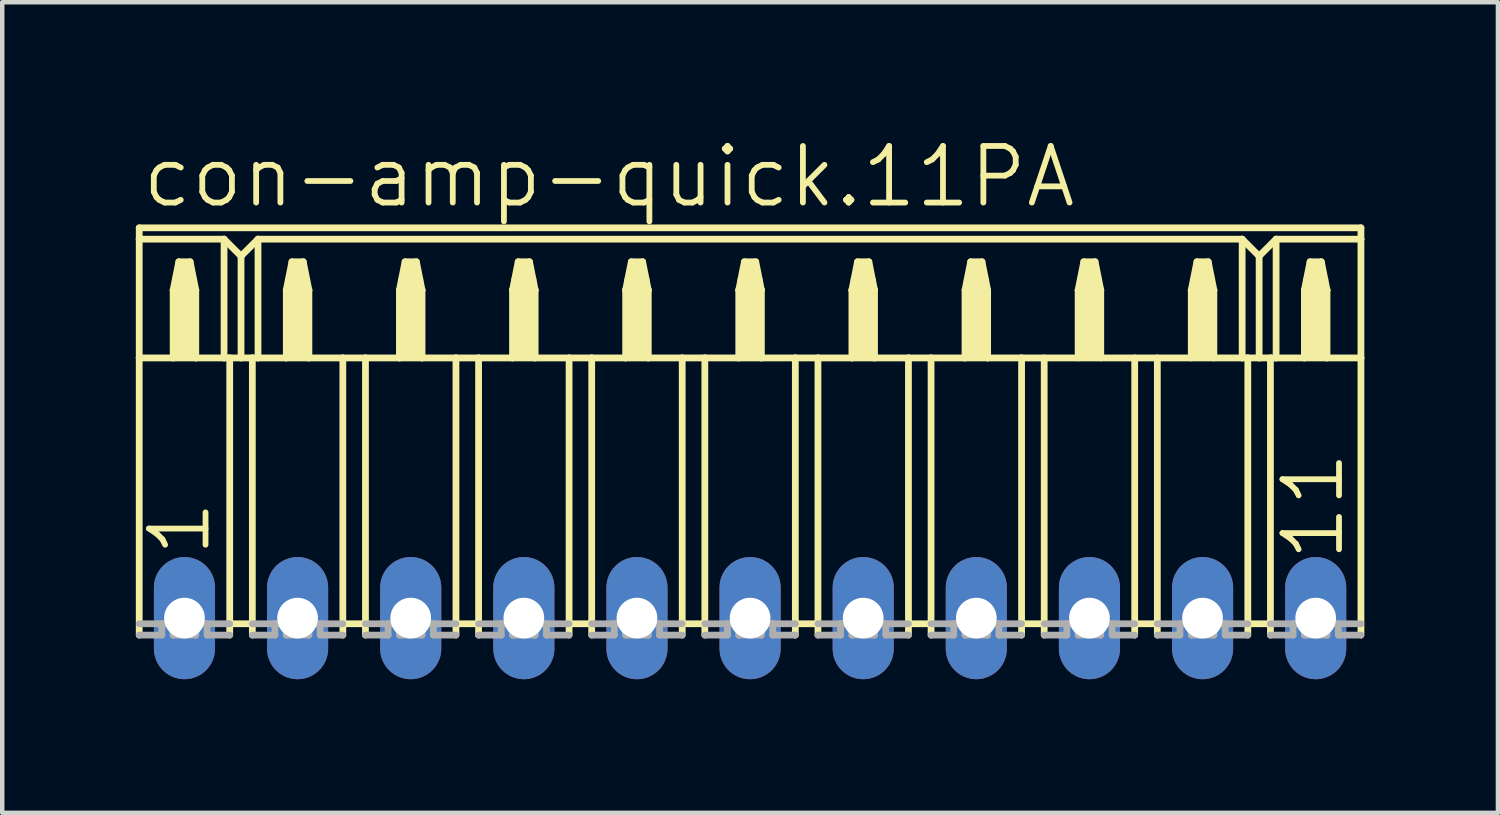
<source format=kicad_pcb>
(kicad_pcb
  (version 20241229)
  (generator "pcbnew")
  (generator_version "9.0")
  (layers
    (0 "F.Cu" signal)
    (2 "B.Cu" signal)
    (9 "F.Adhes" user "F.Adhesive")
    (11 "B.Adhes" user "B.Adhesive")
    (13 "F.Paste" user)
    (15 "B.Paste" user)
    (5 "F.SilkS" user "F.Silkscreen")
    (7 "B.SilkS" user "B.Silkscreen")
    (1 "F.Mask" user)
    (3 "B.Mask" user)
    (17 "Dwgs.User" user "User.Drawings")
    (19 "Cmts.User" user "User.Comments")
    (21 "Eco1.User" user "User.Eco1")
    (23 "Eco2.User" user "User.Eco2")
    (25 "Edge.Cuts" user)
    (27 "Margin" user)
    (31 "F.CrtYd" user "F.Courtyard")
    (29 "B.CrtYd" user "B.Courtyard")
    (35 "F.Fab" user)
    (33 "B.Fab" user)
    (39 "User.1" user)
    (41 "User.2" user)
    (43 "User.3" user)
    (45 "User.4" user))
  (footprint "con-amp-quick.11PA"
    (layer "F.Cu")
    (at 13.792 10.829)
    (property "Reference" "con-amp-quick.11PA" (at -13.716 -9.169 0) (layer "F.SilkS") (effects (font (size 1.27 1.27) (thickness 0.13)) (justify left bottom)))
    (attr through_hole)
    (fp_line (start -13.716 -8.763) (end -13.716 -8.509) (stroke (width 0.152) (type default)) (layer "F.SilkS"))
    (fp_line (start -13.716 -8.763) (end 13.716 -8.763) (stroke (width 0.152) (type default)) (layer "F.SilkS"))
    (fp_line (start -13.716 -8.509) (end -13.716 -5.842) (stroke (width 0.152) (type default)) (layer "F.SilkS"))
    (fp_line (start -13.716 -8.509) (end -11.811 -8.509) (stroke (width 0.152) (type default)) (layer "F.SilkS"))
    (fp_line (start -13.716 -5.842) (end -13.716 0.381) (stroke (width 0.152) (type default)) (layer "F.SilkS"))
    (fp_line (start -13.716 -5.842) (end -12.954 -5.842) (stroke (width 0.152) (type default)) (layer "F.SilkS"))
    (fp_line (start -12.954 -7.366) (end -12.954 -5.842) (stroke (width 0.152) (type default)) (layer "F.SilkS"))
    (fp_line (start -12.954 -7.366) (end -12.827 -8.001) (stroke (width 0.152) (type default)) (layer "F.SilkS"))
    (fp_line (start -12.954 -5.842) (end -12.446 -5.842) (stroke (width 0.152) (type default)) (layer "F.SilkS"))
    (fp_line (start -12.827 -8.001) (end -12.573 -8.001) (stroke (width 0.152) (type default)) (layer "F.SilkS"))
    (fp_line (start -12.573 -8.001) (end -12.446 -7.366) (stroke (width 0.152) (type default)) (layer "F.SilkS"))
    (fp_line (start -12.446 -7.366) (end -12.954 -7.366) (stroke (width 0.152) (type default)) (layer "F.SilkS"))
    (fp_line (start -12.446 -7.366) (end -12.446 -5.842) (stroke (width 0.152) (type default)) (layer "F.SilkS"))
    (fp_line (start -12.446 -5.842) (end -11.811 -5.842) (stroke (width 0.152) (type default)) (layer "F.SilkS"))
    (fp_line (start -11.811 -8.509) (end -11.811 -5.842) (stroke (width 0.152) (type default)) (layer "F.SilkS"))
    (fp_line (start -11.811 -8.509) (end -11.43 -8.128) (stroke (width 0.152) (type default)) (layer "F.SilkS"))
    (fp_line (start -11.811 -5.842) (end -11.684 -5.842) (stroke (width 0.152) (type default)) (layer "F.SilkS"))
    (fp_line (start -11.684 -5.842) (end -11.684 0.127) (stroke (width 0.152) (type default)) (layer "F.SilkS"))
    (fp_line (start -11.684 -5.842) (end -11.43 -5.842) (stroke (width 0.152) (type default)) (layer "F.SilkS"))
    (fp_line (start -11.684 0.127) (end -11.684 0.381) (stroke (width 0.152) (type default)) (layer "F.SilkS"))
    (fp_line (start -11.43 -8.128) (end -11.43 -5.842) (stroke (width 0.152) (type default)) (layer "F.SilkS"))
    (fp_line (start -11.43 -8.128) (end -11.049 -8.509) (stroke (width 0.152) (type default)) (layer "F.SilkS"))
    (fp_line (start -11.43 -5.842) (end -11.176 -5.842) (stroke (width 0.152) (type default)) (layer "F.SilkS"))
    (fp_line (start -11.176 -5.842) (end -11.176 0.127) (stroke (width 0.152) (type default)) (layer "F.SilkS"))
    (fp_line (start -11.176 -5.842) (end -11.049 -5.842) (stroke (width 0.152) (type default)) (layer "F.SilkS"))
    (fp_line (start -11.176 0.127) (end -11.684 0.127) (stroke (width 0.152) (type default)) (layer "F.SilkS"))
    (fp_line (start -11.176 0.127) (end -11.176 0.381) (stroke (width 0.152) (type default)) (layer "F.SilkS"))
    (fp_line (start -11.049 -8.509) (end -11.049 -5.842) (stroke (width 0.152) (type default)) (layer "F.SilkS"))
    (fp_line (start -11.049 -8.509) (end 11.049 -8.509) (stroke (width 0.152) (type default)) (layer "F.SilkS"))
    (fp_line (start -11.049 -5.842) (end -10.414 -5.842) (stroke (width 0.152) (type default)) (layer "F.SilkS"))
    (fp_line (start -10.414 -7.366) (end -10.414 -5.842) (stroke (width 0.152) (type default)) (layer "F.SilkS"))
    (fp_line (start -10.414 -7.366) (end -10.287 -8.001) (stroke (width 0.152) (type default)) (layer "F.SilkS"))
    (fp_line (start -10.414 -5.842) (end -9.906 -5.842) (stroke (width 0.152) (type default)) (layer "F.SilkS"))
    (fp_line (start -10.287 -8.001) (end -10.033 -8.001) (stroke (width 0.152) (type default)) (layer "F.SilkS"))
    (fp_line (start -10.033 -8.001) (end -9.906 -7.366) (stroke (width 0.152) (type default)) (layer "F.SilkS"))
    (fp_line (start -9.906 -7.366) (end -10.414 -7.366) (stroke (width 0.152) (type default)) (layer "F.SilkS"))
    (fp_line (start -9.906 -7.366) (end -9.906 -5.842) (stroke (width 0.152) (type default)) (layer "F.SilkS"))
    (fp_line (start -9.906 -5.842) (end -9.144 -5.842) (stroke (width 0.152) (type default)) (layer "F.SilkS"))
    (fp_line (start -9.144 -5.842) (end -9.144 0.127) (stroke (width 0.152) (type default)) (layer "F.SilkS"))
    (fp_line (start -9.144 -5.842) (end -8.636 -5.842) (stroke (width 0.152) (type default)) (layer "F.SilkS"))
    (fp_line (start -9.144 0.127) (end -9.144 0.381) (stroke (width 0.152) (type default)) (layer "F.SilkS"))
    (fp_line (start -8.636 -5.842) (end -8.636 0.127) (stroke (width 0.152) (type default)) (layer "F.SilkS"))
    (fp_line (start -8.636 -5.842) (end -7.874 -5.842) (stroke (width 0.152) (type default)) (layer "F.SilkS"))
    (fp_line (start -8.636 0.127) (end -9.144 0.127) (stroke (width 0.152) (type default)) (layer "F.SilkS"))
    (fp_line (start -8.636 0.127) (end -8.636 0.381) (stroke (width 0.152) (type default)) (layer "F.SilkS"))
    (fp_line (start -7.874 -7.366) (end -7.874 -5.842) (stroke (width 0.152) (type default)) (layer "F.SilkS"))
    (fp_line (start -7.874 -7.366) (end -7.747 -8.001) (stroke (width 0.152) (type default)) (layer "F.SilkS"))
    (fp_line (start -7.874 -5.842) (end -7.366 -5.842) (stroke (width 0.152) (type default)) (layer "F.SilkS"))
    (fp_line (start -7.747 -8.001) (end -7.493 -8.001) (stroke (width 0.152) (type default)) (layer "F.SilkS"))
    (fp_line (start -7.493 -8.001) (end -7.366 -7.366) (stroke (width 0.152) (type default)) (layer "F.SilkS"))
    (fp_line (start -7.366 -7.366) (end -7.874 -7.366) (stroke (width 0.152) (type default)) (layer "F.SilkS"))
    (fp_line (start -7.366 -7.366) (end -7.366 -5.842) (stroke (width 0.152) (type default)) (layer "F.SilkS"))
    (fp_line (start -7.366 -5.842) (end -6.604 -5.842) (stroke (width 0.152) (type default)) (layer "F.SilkS"))
    (fp_line (start -6.604 -5.842) (end -6.604 0.127) (stroke (width 0.152) (type default)) (layer "F.SilkS"))
    (fp_line (start -6.604 -5.842) (end -6.096 -5.842) (stroke (width 0.152) (type default)) (layer "F.SilkS"))
    (fp_line (start -6.604 0.127) (end -6.604 0.381) (stroke (width 0.152) (type default)) (layer "F.SilkS"))
    (fp_line (start -6.096 -5.842) (end -6.096 0.127) (stroke (width 0.152) (type default)) (layer "F.SilkS"))
    (fp_line (start -6.096 -5.842) (end -5.334 -5.842) (stroke (width 0.152) (type default)) (layer "F.SilkS"))
    (fp_line (start -6.096 0.127) (end -6.604 0.127) (stroke (width 0.152) (type default)) (layer "F.SilkS"))
    (fp_line (start -6.096 0.127) (end -6.096 0.381) (stroke (width 0.152) (type default)) (layer "F.SilkS"))
    (fp_line (start -5.334 -7.366) (end -5.334 -5.842) (stroke (width 0.152) (type default)) (layer "F.SilkS"))
    (fp_line (start -5.334 -7.366) (end -5.207 -8.001) (stroke (width 0.152) (type default)) (layer "F.SilkS"))
    (fp_line (start -5.334 -5.842) (end -4.826 -5.842) (stroke (width 0.152) (type default)) (layer "F.SilkS"))
    (fp_line (start -5.207 -8.001) (end -4.953 -8.001) (stroke (width 0.152) (type default)) (layer "F.SilkS"))
    (fp_line (start -4.953 -8.001) (end -4.826 -7.366) (stroke (width 0.152) (type default)) (layer "F.SilkS"))
    (fp_line (start -4.826 -7.366) (end -5.334 -7.366) (stroke (width 0.152) (type default)) (layer "F.SilkS"))
    (fp_line (start -4.826 -7.366) (end -4.826 -5.842) (stroke (width 0.152) (type default)) (layer "F.SilkS"))
    (fp_line (start -4.826 -5.842) (end -4.064 -5.842) (stroke (width 0.152) (type default)) (layer "F.SilkS"))
    (fp_line (start -4.064 -5.842) (end -4.064 0.127) (stroke (width 0.152) (type default)) (layer "F.SilkS"))
    (fp_line (start -4.064 -5.842) (end -3.556 -5.842) (stroke (width 0.152) (type default)) (layer "F.SilkS"))
    (fp_line (start -4.064 0.127) (end -4.064 0.381) (stroke (width 0.152) (type default)) (layer "F.SilkS"))
    (fp_line (start -3.556 -5.842) (end -3.556 0.127) (stroke (width 0.152) (type default)) (layer "F.SilkS"))
    (fp_line (start -3.556 -5.842) (end -2.794 -5.842) (stroke (width 0.152) (type default)) (layer "F.SilkS"))
    (fp_line (start -3.556 0.127) (end -4.064 0.127) (stroke (width 0.152) (type default)) (layer "F.SilkS"))
    (fp_line (start -3.556 0.127) (end -3.556 0.381) (stroke (width 0.152) (type default)) (layer "F.SilkS"))
    (fp_line (start -2.794 -7.366) (end -2.794 -5.842) (stroke (width 0.152) (type default)) (layer "F.SilkS"))
    (fp_line (start -2.794 -7.366) (end -2.667 -8.001) (stroke (width 0.152) (type default)) (layer "F.SilkS"))
    (fp_line (start -2.794 -5.842) (end -2.286 -5.842) (stroke (width 0.152) (type default)) (layer "F.SilkS"))
    (fp_line (start -2.667 -8.001) (end -2.413 -8.001) (stroke (width 0.152) (type default)) (layer "F.SilkS"))
    (fp_line (start -2.413 -8.001) (end -2.286 -7.366) (stroke (width 0.152) (type default)) (layer "F.SilkS"))
    (fp_line (start -2.286 -7.366) (end -2.794 -7.366) (stroke (width 0.152) (type default)) (layer "F.SilkS"))
    (fp_line (start -2.286 -7.366) (end -2.286 -5.842) (stroke (width 0.152) (type default)) (layer "F.SilkS"))
    (fp_line (start -2.286 -5.842) (end -1.524 -5.842) (stroke (width 0.152) (type default)) (layer "F.SilkS"))
    (fp_line (start -1.524 -5.842) (end -1.524 0.127) (stroke (width 0.152) (type default)) (layer "F.SilkS"))
    (fp_line (start -1.524 -5.842) (end -1.016 -5.842) (stroke (width 0.152) (type default)) (layer "F.SilkS"))
    (fp_line (start -1.524 0.127) (end -1.524 0.381) (stroke (width 0.152) (type default)) (layer "F.SilkS"))
    (fp_line (start -1.016 -5.842) (end -1.016 0.127) (stroke (width 0.152) (type default)) (layer "F.SilkS"))
    (fp_line (start -1.016 -5.842) (end -0.254 -5.842) (stroke (width 0.152) (type default)) (layer "F.SilkS"))
    (fp_line (start -1.016 0.127) (end -1.524 0.127) (stroke (width 0.152) (type default)) (layer "F.SilkS"))
    (fp_line (start -1.016 0.127) (end -1.016 0.381) (stroke (width 0.152) (type default)) (layer "F.SilkS"))
    (fp_line (start -0.254 -7.366) (end -0.254 -5.842) (stroke (width 0.152) (type default)) (layer "F.SilkS"))
    (fp_line (start -0.254 -7.366) (end -0.127 -8.001) (stroke (width 0.152) (type default)) (layer "F.SilkS"))
    (fp_line (start -0.254 -5.842) (end 0.254 -5.842) (stroke (width 0.152) (type default)) (layer "F.SilkS"))
    (fp_line (start -0.127 -8.001) (end 0.127 -8.001) (stroke (width 0.152) (type default)) (layer "F.SilkS"))
    (fp_line (start 0.127 -8.001) (end 0.254 -7.366) (stroke (width 0.152) (type default)) (layer "F.SilkS"))
    (fp_line (start 0.254 -7.366) (end -0.254 -7.366) (stroke (width 0.152) (type default)) (layer "F.SilkS"))
    (fp_line (start 0.254 -7.366) (end 0.254 -5.842) (stroke (width 0.152) (type default)) (layer "F.SilkS"))
    (fp_line (start 0.254 -5.842) (end 1.016 -5.842) (stroke (width 0.152) (type default)) (layer "F.SilkS"))
    (fp_line (start 1.016 -5.842) (end 1.016 0.127) (stroke (width 0.152) (type default)) (layer "F.SilkS"))
    (fp_line (start 1.016 -5.842) (end 1.524 -5.842) (stroke (width 0.152) (type default)) (layer "F.SilkS"))
    (fp_line (start 1.016 0.127) (end 1.016 0.381) (stroke (width 0.152) (type default)) (layer "F.SilkS"))
    (fp_line (start 1.524 -5.842) (end 1.524 0.127) (stroke (width 0.152) (type default)) (layer "F.SilkS"))
    (fp_line (start 1.524 -5.842) (end 2.286 -5.842) (stroke (width 0.152) (type default)) (layer "F.SilkS"))
    (fp_line (start 1.524 0.127) (end 1.016 0.127) (stroke (width 0.152) (type default)) (layer "F.SilkS"))
    (fp_line (start 1.524 0.127) (end 1.524 0.381) (stroke (width 0.152) (type default)) (layer "F.SilkS"))
    (fp_line (start 2.286 -7.366) (end 2.286 -5.842) (stroke (width 0.152) (type default)) (layer "F.SilkS"))
    (fp_line (start 2.286 -7.366) (end 2.413 -8.001) (stroke (width 0.152) (type default)) (layer "F.SilkS"))
    (fp_line (start 2.286 -5.842) (end 2.794 -5.842) (stroke (width 0.152) (type default)) (layer "F.SilkS"))
    (fp_line (start 2.413 -8.001) (end 2.667 -8.001) (stroke (width 0.152) (type default)) (layer "F.SilkS"))
    (fp_line (start 2.667 -8.001) (end 2.794 -7.366) (stroke (width 0.152) (type default)) (layer "F.SilkS"))
    (fp_line (start 2.794 -7.366) (end 2.286 -7.366) (stroke (width 0.152) (type default)) (layer "F.SilkS"))
    (fp_line (start 2.794 -7.366) (end 2.794 -5.842) (stroke (width 0.152) (type default)) (layer "F.SilkS"))
    (fp_line (start 2.794 -5.842) (end 3.556 -5.842) (stroke (width 0.152) (type default)) (layer "F.SilkS"))
    (fp_line (start 3.556 -5.842) (end 3.556 0.127) (stroke (width 0.152) (type default)) (layer "F.SilkS"))
    (fp_line (start 3.556 -5.842) (end 4.064 -5.842) (stroke (width 0.152) (type default)) (layer "F.SilkS"))
    (fp_line (start 3.556 0.127) (end 3.556 0.381) (stroke (width 0.152) (type default)) (layer "F.SilkS"))
    (fp_line (start 4.064 -5.842) (end 4.064 0.127) (stroke (width 0.152) (type default)) (layer "F.SilkS"))
    (fp_line (start 4.064 -5.842) (end 4.826 -5.842) (stroke (width 0.152) (type default)) (layer "F.SilkS"))
    (fp_line (start 4.064 0.127) (end 3.556 0.127) (stroke (width 0.152) (type default)) (layer "F.SilkS"))
    (fp_line (start 4.064 0.127) (end 4.064 0.381) (stroke (width 0.152) (type default)) (layer "F.SilkS"))
    (fp_line (start 4.826 -7.366) (end 4.826 -5.842) (stroke (width 0.152) (type default)) (layer "F.SilkS"))
    (fp_line (start 4.826 -7.366) (end 4.953 -8.001) (stroke (width 0.152) (type default)) (layer "F.SilkS"))
    (fp_line (start 4.826 -5.842) (end 5.334 -5.842) (stroke (width 0.152) (type default)) (layer "F.SilkS"))
    (fp_line (start 4.953 -8.001) (end 5.207 -8.001) (stroke (width 0.152) (type default)) (layer "F.SilkS"))
    (fp_line (start 5.207 -8.001) (end 5.334 -7.366) (stroke (width 0.152) (type default)) (layer "F.SilkS"))
    (fp_line (start 5.334 -7.366) (end 5.334 -5.842) (stroke (width 0.152) (type default)) (layer "F.SilkS"))
    (fp_line (start 5.334 -5.842) (end 6.096 -5.842) (stroke (width 0.152) (type default)) (layer "F.SilkS"))
    (fp_line (start 6.096 -5.842) (end 6.096 0.127) (stroke (width 0.152) (type default)) (layer "F.SilkS"))
    (fp_line (start 6.096 -5.842) (end 11.049 -5.842) (stroke (width 0.152) (type default)) (layer "F.SilkS"))
    (fp_line (start 6.096 0.127) (end 6.096 0.381) (stroke (width 0.152) (type default)) (layer "F.SilkS"))
    (fp_line (start 6.604 -5.842) (end 6.604 0.127) (stroke (width 0.152) (type default)) (layer "F.SilkS"))
    (fp_line (start 6.604 0.127) (end 6.096 0.127) (stroke (width 0.152) (type default)) (layer "F.SilkS"))
    (fp_line (start 6.604 0.127) (end 6.604 0.381) (stroke (width 0.152) (type default)) (layer "F.SilkS"))
    (fp_line (start 7.366 -7.366) (end 7.366 -5.842) (stroke (width 0.152) (type default)) (layer "F.SilkS"))
    (fp_line (start 7.366 -7.366) (end 7.493 -8.001) (stroke (width 0.152) (type default)) (layer "F.SilkS"))
    (fp_line (start 7.493 -8.001) (end 7.747 -8.001) (stroke (width 0.152) (type default)) (layer "F.SilkS"))
    (fp_line (start 7.747 -8.001) (end 7.874 -7.366) (stroke (width 0.152) (type default)) (layer "F.SilkS"))
    (fp_line (start 7.874 -7.366) (end 7.366 -7.366) (stroke (width 0.152) (type default)) (layer "F.SilkS"))
    (fp_line (start 7.874 -7.366) (end 7.874 -5.842) (stroke (width 0.152) (type default)) (layer "F.SilkS"))
    (fp_line (start 8.636 -5.842) (end 8.636 0.127) (stroke (width 0.152) (type default)) (layer "F.SilkS"))
    (fp_line (start 8.636 0.127) (end 8.636 0.381) (stroke (width 0.152) (type default)) (layer "F.SilkS"))
    (fp_line (start 9.144 -5.842) (end 9.144 0.127) (stroke (width 0.152) (type default)) (layer "F.SilkS"))
    (fp_line (start 9.144 0.127) (end 8.636 0.127) (stroke (width 0.152) (type default)) (layer "F.SilkS"))
    (fp_line (start 9.144 0.127) (end 9.144 0.381) (stroke (width 0.152) (type default)) (layer "F.SilkS"))
    (fp_line (start 9.906 -7.366) (end 9.906 -5.842) (stroke (width 0.152) (type default)) (layer "F.SilkS"))
    (fp_line (start 9.906 -7.366) (end 10.033 -8.001) (stroke (width 0.152) (type default)) (layer "F.SilkS"))
    (fp_line (start 10.033 -8.001) (end 10.287 -8.001) (stroke (width 0.152) (type default)) (layer "F.SilkS"))
    (fp_line (start 10.287 -8.001) (end 10.414 -7.366) (stroke (width 0.152) (type default)) (layer "F.SilkS"))
    (fp_line (start 10.414 -7.366) (end 9.906 -7.366) (stroke (width 0.152) (type default)) (layer "F.SilkS"))
    (fp_line (start 10.414 -7.366) (end 10.414 -5.842) (stroke (width 0.152) (type default)) (layer "F.SilkS"))
    (fp_line (start 11.049 -8.509) (end 11.049 -5.842) (stroke (width 0.152) (type default)) (layer "F.SilkS"))
    (fp_line (start 11.049 -8.509) (end 11.43 -8.128) (stroke (width 0.152) (type default)) (layer "F.SilkS"))
    (fp_line (start 11.049 -5.842) (end 11.176 -5.842) (stroke (width 0.152) (type default)) (layer "F.SilkS"))
    (fp_line (start 11.176 -5.842) (end 11.176 0.127) (stroke (width 0.152) (type default)) (layer "F.SilkS"))
    (fp_line (start 11.176 -5.842) (end 11.43 -5.842) (stroke (width 0.152) (type default)) (layer "F.SilkS"))
    (fp_line (start 11.176 0.127) (end 11.176 0.381) (stroke (width 0.152) (type default)) (layer "F.SilkS"))
    (fp_line (start 11.43 -8.128) (end 11.43 -5.842) (stroke (width 0.152) (type default)) (layer "F.SilkS"))
    (fp_line (start 11.43 -8.128) (end 11.811 -8.509) (stroke (width 0.152) (type default)) (layer "F.SilkS"))
    (fp_line (start 11.43 -5.842) (end 11.684 -5.842) (stroke (width 0.152) (type default)) (layer "F.SilkS"))
    (fp_line (start 11.684 -5.842) (end 11.684 0.127) (stroke (width 0.152) (type default)) (layer "F.SilkS"))
    (fp_line (start 11.684 -5.842) (end 11.811 -5.842) (stroke (width 0.152) (type default)) (layer "F.SilkS"))
    (fp_line (start 11.684 0.127) (end 11.176 0.127) (stroke (width 0.152) (type default)) (layer "F.SilkS"))
    (fp_line (start 11.684 0.127) (end 11.684 0.381) (stroke (width 0.152) (type default)) (layer "F.SilkS"))
    (fp_line (start 11.811 -8.509) (end 11.811 -5.842) (stroke (width 0.152) (type default)) (layer "F.SilkS"))
    (fp_line (start 11.811 -8.509) (end 13.716 -8.509) (stroke (width 0.152) (type default)) (layer "F.SilkS"))
    (fp_line (start 11.811 -5.842) (end 12.446 -5.842) (stroke (width 0.152) (type default)) (layer "F.SilkS"))
    (fp_line (start 12.446 -7.366) (end 12.446 -5.842) (stroke (width 0.152) (type default)) (layer "F.SilkS"))
    (fp_line (start 12.446 -7.366) (end 12.573 -8.001) (stroke (width 0.152) (type default)) (layer "F.SilkS"))
    (fp_line (start 12.446 -5.842) (end 12.954 -5.842) (stroke (width 0.152) (type default)) (layer "F.SilkS"))
    (fp_line (start 12.573 -8.001) (end 12.827 -8.001) (stroke (width 0.152) (type default)) (layer "F.SilkS"))
    (fp_line (start 12.827 -8.001) (end 12.954 -7.366) (stroke (width 0.152) (type default)) (layer "F.SilkS"))
    (fp_line (start 12.954 -7.366) (end 12.446 -7.366) (stroke (width 0.152) (type default)) (layer "F.SilkS"))
    (fp_line (start 12.954 -7.366) (end 12.954 -5.842) (stroke (width 0.152) (type default)) (layer "F.SilkS"))
    (fp_line (start 12.954 -5.842) (end 13.716 -5.842) (stroke (width 0.152) (type default)) (layer "F.SilkS"))
    (fp_line (start 13.716 -8.509) (end 13.716 -8.763) (stroke (width 0.152) (type default)) (layer "F.SilkS"))
    (fp_line (start 13.716 -5.842) (end 13.716 -8.509) (stroke (width 0.152) (type default)) (layer "F.SilkS"))
    (fp_line (start 13.716 -5.842) (end 13.716 0.381) (stroke (width 0.152) (type default)) (layer "F.SilkS"))
    (fp_rect (start -12.954 -7.366) (end -12.827 -7.62) (stroke (width 0.05) (type default)) (fill yes) (layer "F.SilkS"))
    (fp_rect (start -12.954 -5.842) (end -12.446 -7.366) (stroke (width 0.05) (type default)) (fill yes) (layer "F.SilkS"))
    (fp_rect (start -12.827 -7.366) (end -12.573 -8.001) (stroke (width 0.05) (type default)) (fill yes) (layer "F.SilkS"))
    (fp_rect (start -12.573 -7.366) (end -12.446 -7.62) (stroke (width 0.05) (type default)) (fill yes) (layer "F.SilkS"))
    (fp_rect (start -10.414 -7.366) (end -10.287 -7.62) (stroke (width 0.05) (type default)) (fill yes) (layer "F.SilkS"))
    (fp_rect (start -10.414 -5.842) (end -9.906 -7.366) (stroke (width 0.05) (type default)) (fill yes) (layer "F.SilkS"))
    (fp_rect (start -10.287 -7.366) (end -10.033 -8.001) (stroke (width 0.05) (type default)) (fill yes) (layer "F.SilkS"))
    (fp_rect (start -10.033 -7.366) (end -9.906 -7.62) (stroke (width 0.05) (type default)) (fill yes) (layer "F.SilkS"))
    (fp_rect (start -7.874 -7.366) (end -7.747 -7.62) (stroke (width 0.05) (type default)) (fill yes) (layer "F.SilkS"))
    (fp_rect (start -7.874 -5.842) (end -7.366 -7.366) (stroke (width 0.05) (type default)) (fill yes) (layer "F.SilkS"))
    (fp_rect (start -7.747 -7.366) (end -7.493 -8.001) (stroke (width 0.05) (type default)) (fill yes) (layer "F.SilkS"))
    (fp_rect (start -7.493 -7.366) (end -7.366 -7.62) (stroke (width 0.05) (type default)) (fill yes) (layer "F.SilkS"))
    (fp_rect (start -5.334 -7.366) (end -5.207 -7.62) (stroke (width 0.05) (type default)) (fill yes) (layer "F.SilkS"))
    (fp_rect (start -5.334 -5.842) (end -4.826 -7.366) (stroke (width 0.05) (type default)) (fill yes) (layer "F.SilkS"))
    (fp_rect (start -5.207 -7.366) (end -4.953 -8.001) (stroke (width 0.05) (type default)) (fill yes) (layer "F.SilkS"))
    (fp_rect (start -4.953 -7.366) (end -4.826 -7.62) (stroke (width 0.05) (type default)) (fill yes) (layer "F.SilkS"))
    (fp_rect (start -2.794 -7.366) (end -2.667 -7.62) (stroke (width 0.05) (type default)) (fill yes) (layer "F.SilkS"))
    (fp_rect (start -2.794 -5.842) (end -2.286 -7.366) (stroke (width 0.05) (type default)) (fill yes) (layer "F.SilkS"))
    (fp_rect (start -2.667 -7.366) (end -2.413 -8.001) (stroke (width 0.05) (type default)) (fill yes) (layer "F.SilkS"))
    (fp_rect (start -2.413 -7.366) (end -2.286 -7.62) (stroke (width 0.05) (type default)) (fill yes) (layer "F.SilkS"))
    (fp_rect (start -0.254 -7.366) (end -0.127 -7.62) (stroke (width 0.05) (type default)) (fill yes) (layer "F.SilkS"))
    (fp_rect (start -0.254 -5.842) (end 0.254 -7.366) (stroke (width 0.05) (type default)) (fill yes) (layer "F.SilkS"))
    (fp_rect (start -0.127 -7.366) (end 0.127 -8.001) (stroke (width 0.05) (type default)) (fill yes) (layer "F.SilkS"))
    (fp_rect (start 0.127 -7.366) (end 0.254 -7.62) (stroke (width 0.05) (type default)) (fill yes) (layer "F.SilkS"))
    (fp_rect (start 2.286 -7.366) (end 2.413 -7.62) (stroke (width 0.05) (type default)) (fill yes) (layer "F.SilkS"))
    (fp_rect (start 2.286 -5.842) (end 2.794 -7.366) (stroke (width 0.05) (type default)) (fill yes) (layer "F.SilkS"))
    (fp_rect (start 2.413 -7.366) (end 2.667 -8.001) (stroke (width 0.05) (type default)) (fill yes) (layer "F.SilkS"))
    (fp_rect (start 2.667 -7.366) (end 2.794 -7.62) (stroke (width 0.05) (type default)) (fill yes) (layer "F.SilkS"))
    (fp_rect (start 4.826 -7.366) (end 4.953 -7.62) (stroke (width 0.05) (type default)) (fill yes) (layer "F.SilkS"))
    (fp_rect (start 4.826 -5.842) (end 5.334 -7.366) (stroke (width 0.05) (type default)) (fill yes) (layer "F.SilkS"))
    (fp_rect (start 4.953 -7.366) (end 5.207 -8.001) (stroke (width 0.05) (type default)) (fill yes) (layer "F.SilkS"))
    (fp_rect (start 5.207 -7.366) (end 5.334 -7.62) (stroke (width 0.05) (type default)) (fill yes) (layer "F.SilkS"))
    (fp_rect (start 7.366 -7.366) (end 7.493 -7.62) (stroke (width 0.05) (type default)) (fill yes) (layer "F.SilkS"))
    (fp_rect (start 7.366 -5.842) (end 7.874 -7.366) (stroke (width 0.05) (type default)) (fill yes) (layer "F.SilkS"))
    (fp_rect (start 7.493 -7.366) (end 7.747 -8.001) (stroke (width 0.05) (type default)) (fill yes) (layer "F.SilkS"))
    (fp_rect (start 7.747 -7.366) (end 7.874 -7.62) (stroke (width 0.05) (type default)) (fill yes) (layer "F.SilkS"))
    (fp_rect (start 9.906 -7.366) (end 10.033 -7.62) (stroke (width 0.05) (type default)) (fill yes) (layer "F.SilkS"))
    (fp_rect (start 9.906 -5.842) (end 10.414 -7.366) (stroke (width 0.05) (type default)) (fill yes) (layer "F.SilkS"))
    (fp_rect (start 10.033 -7.366) (end 10.287 -8.001) (stroke (width 0.05) (type default)) (fill yes) (layer "F.SilkS"))
    (fp_rect (start 10.287 -7.366) (end 10.414 -7.62) (stroke (width 0.05) (type default)) (fill yes) (layer "F.SilkS"))
    (fp_rect (start 12.446 -7.366) (end 12.573 -7.62) (stroke (width 0.05) (type default)) (fill yes) (layer "F.SilkS"))
    (fp_rect (start 12.446 -5.842) (end 12.954 -7.366) (stroke (width 0.05) (type default)) (fill yes) (layer "F.SilkS"))
    (fp_rect (start 12.573 -7.366) (end 12.827 -8.001) (stroke (width 0.05) (type default)) (fill yes) (layer "F.SilkS"))
    (fp_rect (start 12.827 -7.366) (end 12.954 -7.62) (stroke (width 0.05) (type default)) (fill yes) (layer "F.SilkS"))
    (fp_line (start -13.716 0.127) (end -13.208 0.127) (stroke (width 0.152) (type default)) (layer "F.Fab"))
    (fp_line (start -13.208 0.381) (end -13.716 0.381) (stroke (width 0.152) (type default)) (layer "F.Fab"))
    (fp_line (start -13.208 0.381) (end -13.208 0.127) (stroke (width 0.152) (type default)) (layer "F.Fab"))
    (fp_line (start -12.954 0.127) (end -13.208 0.127) (stroke (width 0.152) (type default)) (layer "F.Fab"))
    (fp_line (start -12.954 0.381) (end -12.954 0.127) (stroke (width 0.152) (type default)) (layer "F.Fab"))
    (fp_line (start -12.446 0.381) (end -12.954 0.381) (stroke (width 0.152) (type default)) (layer "F.Fab"))
    (fp_line (start -12.446 0.381) (end -12.446 0.127) (stroke (width 0.152) (type default)) (layer "F.Fab"))
    (fp_line (start -12.192 0.127) (end -12.446 0.127) (stroke (width 0.152) (type default)) (layer "F.Fab"))
    (fp_line (start -12.192 0.381) (end -12.192 0.127) (stroke (width 0.152) (type default)) (layer "F.Fab"))
    (fp_line (start -11.684 0.127) (end -12.192 0.127) (stroke (width 0.152) (type default)) (layer "F.Fab"))
    (fp_line (start -11.684 0.381) (end -12.192 0.381) (stroke (width 0.152) (type default)) (layer "F.Fab"))
    (fp_line (start -11.176 0.127) (end -10.668 0.127) (stroke (width 0.152) (type default)) (layer "F.Fab"))
    (fp_line (start -10.668 0.381) (end -11.176 0.381) (stroke (width 0.152) (type default)) (layer "F.Fab"))
    (fp_line (start -10.668 0.381) (end -10.668 0.127) (stroke (width 0.152) (type default)) (layer "F.Fab"))
    (fp_line (start -10.414 0.127) (end -10.668 0.127) (stroke (width 0.152) (type default)) (layer "F.Fab"))
    (fp_line (start -10.414 0.381) (end -10.414 0.127) (stroke (width 0.152) (type default)) (layer "F.Fab"))
    (fp_line (start -9.906 0.381) (end -10.414 0.381) (stroke (width 0.152) (type default)) (layer "F.Fab"))
    (fp_line (start -9.906 0.381) (end -9.906 0.127) (stroke (width 0.152) (type default)) (layer "F.Fab"))
    (fp_line (start -9.652 0.127) (end -9.906 0.127) (stroke (width 0.152) (type default)) (layer "F.Fab"))
    (fp_line (start -9.652 0.381) (end -9.652 0.127) (stroke (width 0.152) (type default)) (layer "F.Fab"))
    (fp_line (start -9.144 0.127) (end -9.652 0.127) (stroke (width 0.152) (type default)) (layer "F.Fab"))
    (fp_line (start -9.144 0.381) (end -9.652 0.381) (stroke (width 0.152) (type default)) (layer "F.Fab"))
    (fp_line (start -8.636 0.127) (end -8.128 0.127) (stroke (width 0.152) (type default)) (layer "F.Fab"))
    (fp_line (start -8.128 0.381) (end -8.636 0.381) (stroke (width 0.152) (type default)) (layer "F.Fab"))
    (fp_line (start -8.128 0.381) (end -8.128 0.127) (stroke (width 0.152) (type default)) (layer "F.Fab"))
    (fp_line (start -7.874 0.127) (end -8.128 0.127) (stroke (width 0.152) (type default)) (layer "F.Fab"))
    (fp_line (start -7.874 0.381) (end -7.874 0.127) (stroke (width 0.152) (type default)) (layer "F.Fab"))
    (fp_line (start -7.366 0.381) (end -7.874 0.381) (stroke (width 0.152) (type default)) (layer "F.Fab"))
    (fp_line (start -7.366 0.381) (end -7.366 0.127) (stroke (width 0.152) (type default)) (layer "F.Fab"))
    (fp_line (start -7.112 0.127) (end -7.366 0.127) (stroke (width 0.152) (type default)) (layer "F.Fab"))
    (fp_line (start -7.112 0.381) (end -7.112 0.127) (stroke (width 0.152) (type default)) (layer "F.Fab"))
    (fp_line (start -6.604 0.127) (end -7.112 0.127) (stroke (width 0.152) (type default)) (layer "F.Fab"))
    (fp_line (start -6.604 0.381) (end -7.112 0.381) (stroke (width 0.152) (type default)) (layer "F.Fab"))
    (fp_line (start -6.096 0.127) (end -5.588 0.127) (stroke (width 0.152) (type default)) (layer "F.Fab"))
    (fp_line (start -5.588 0.381) (end -6.096 0.381) (stroke (width 0.152) (type default)) (layer "F.Fab"))
    (fp_line (start -5.588 0.381) (end -5.588 0.127) (stroke (width 0.152) (type default)) (layer "F.Fab"))
    (fp_line (start -5.334 0.127) (end -5.588 0.127) (stroke (width 0.152) (type default)) (layer "F.Fab"))
    (fp_line (start -5.334 0.381) (end -5.334 0.127) (stroke (width 0.152) (type default)) (layer "F.Fab"))
    (fp_line (start -4.826 0.381) (end -5.334 0.381) (stroke (width 0.152) (type default)) (layer "F.Fab"))
    (fp_line (start -4.826 0.381) (end -4.826 0.127) (stroke (width 0.152) (type default)) (layer "F.Fab"))
    (fp_line (start -4.572 0.127) (end -4.826 0.127) (stroke (width 0.152) (type default)) (layer "F.Fab"))
    (fp_line (start -4.572 0.381) (end -4.572 0.127) (stroke (width 0.152) (type default)) (layer "F.Fab"))
    (fp_line (start -4.064 0.127) (end -4.572 0.127) (stroke (width 0.152) (type default)) (layer "F.Fab"))
    (fp_line (start -4.064 0.381) (end -4.572 0.381) (stroke (width 0.152) (type default)) (layer "F.Fab"))
    (fp_line (start -3.556 0.127) (end -3.048 0.127) (stroke (width 0.152) (type default)) (layer "F.Fab"))
    (fp_line (start -3.048 0.381) (end -3.556 0.381) (stroke (width 0.152) (type default)) (layer "F.Fab"))
    (fp_line (start -3.048 0.381) (end -3.048 0.127) (stroke (width 0.152) (type default)) (layer "F.Fab"))
    (fp_line (start -2.794 0.127) (end -3.048 0.127) (stroke (width 0.152) (type default)) (layer "F.Fab"))
    (fp_line (start -2.794 0.381) (end -2.794 0.127) (stroke (width 0.152) (type default)) (layer "F.Fab"))
    (fp_line (start -2.286 0.381) (end -2.794 0.381) (stroke (width 0.152) (type default)) (layer "F.Fab"))
    (fp_line (start -2.286 0.381) (end -2.286 0.127) (stroke (width 0.152) (type default)) (layer "F.Fab"))
    (fp_line (start -2.032 0.127) (end -2.286 0.127) (stroke (width 0.152) (type default)) (layer "F.Fab"))
    (fp_line (start -2.032 0.381) (end -2.032 0.127) (stroke (width 0.152) (type default)) (layer "F.Fab"))
    (fp_line (start -1.524 0.127) (end -2.032 0.127) (stroke (width 0.152) (type default)) (layer "F.Fab"))
    (fp_line (start -1.524 0.381) (end -2.032 0.381) (stroke (width 0.152) (type default)) (layer "F.Fab"))
    (fp_line (start -1.016 0.127) (end -0.508 0.127) (stroke (width 0.152) (type default)) (layer "F.Fab"))
    (fp_line (start -0.508 0.381) (end -1.016 0.381) (stroke (width 0.152) (type default)) (layer "F.Fab"))
    (fp_line (start -0.508 0.381) (end -0.508 0.127) (stroke (width 0.152) (type default)) (layer "F.Fab"))
    (fp_line (start -0.254 0.127) (end -0.508 0.127) (stroke (width 0.152) (type default)) (layer "F.Fab"))
    (fp_line (start -0.254 0.381) (end -0.254 0.127) (stroke (width 0.152) (type default)) (layer "F.Fab"))
    (fp_line (start 0.254 0.381) (end -0.254 0.381) (stroke (width 0.152) (type default)) (layer "F.Fab"))
    (fp_line (start 0.254 0.381) (end 0.254 0.127) (stroke (width 0.152) (type default)) (layer "F.Fab"))
    (fp_line (start 0.508 0.127) (end 0.254 0.127) (stroke (width 0.152) (type default)) (layer "F.Fab"))
    (fp_line (start 0.508 0.381) (end 0.508 0.127) (stroke (width 0.152) (type default)) (layer "F.Fab"))
    (fp_line (start 1.016 0.127) (end 0.508 0.127) (stroke (width 0.152) (type default)) (layer "F.Fab"))
    (fp_line (start 1.016 0.381) (end 0.508 0.381) (stroke (width 0.152) (type default)) (layer "F.Fab"))
    (fp_line (start 1.524 0.127) (end 2.032 0.127) (stroke (width 0.152) (type default)) (layer "F.Fab"))
    (fp_line (start 2.032 0.381) (end 1.524 0.381) (stroke (width 0.152) (type default)) (layer "F.Fab"))
    (fp_line (start 2.032 0.381) (end 2.032 0.127) (stroke (width 0.152) (type default)) (layer "F.Fab"))
    (fp_line (start 2.286 0.127) (end 2.032 0.127) (stroke (width 0.152) (type default)) (layer "F.Fab"))
    (fp_line (start 2.286 0.381) (end 2.286 0.127) (stroke (width 0.152) (type default)) (layer "F.Fab"))
    (fp_line (start 2.794 0.381) (end 2.286 0.381) (stroke (width 0.152) (type default)) (layer "F.Fab"))
    (fp_line (start 2.794 0.381) (end 2.794 0.127) (stroke (width 0.152) (type default)) (layer "F.Fab"))
    (fp_line (start 3.048 0.127) (end 2.794 0.127) (stroke (width 0.152) (type default)) (layer "F.Fab"))
    (fp_line (start 3.048 0.381) (end 3.048 0.127) (stroke (width 0.152) (type default)) (layer "F.Fab"))
    (fp_line (start 3.556 0.127) (end 3.048 0.127) (stroke (width 0.152) (type default)) (layer "F.Fab"))
    (fp_line (start 3.556 0.381) (end 3.048 0.381) (stroke (width 0.152) (type default)) (layer "F.Fab"))
    (fp_line (start 4.064 0.127) (end 4.572 0.127) (stroke (width 0.152) (type default)) (layer "F.Fab"))
    (fp_line (start 4.572 0.381) (end 4.064 0.381) (stroke (width 0.152) (type default)) (layer "F.Fab"))
    (fp_line (start 4.572 0.381) (end 4.572 0.127) (stroke (width 0.152) (type default)) (layer "F.Fab"))
    (fp_line (start 4.826 0.127) (end 4.572 0.127) (stroke (width 0.152) (type default)) (layer "F.Fab"))
    (fp_line (start 4.826 0.381) (end 4.826 0.127) (stroke (width 0.152) (type default)) (layer "F.Fab"))
    (fp_line (start 5.334 0.381) (end 4.826 0.381) (stroke (width 0.152) (type default)) (layer "F.Fab"))
    (fp_line (start 5.334 0.381) (end 5.334 0.127) (stroke (width 0.152) (type default)) (layer "F.Fab"))
    (fp_line (start 5.588 0.127) (end 5.334 0.127) (stroke (width 0.152) (type default)) (layer "F.Fab"))
    (fp_line (start 5.588 0.381) (end 5.588 0.127) (stroke (width 0.152) (type default)) (layer "F.Fab"))
    (fp_line (start 6.096 0.127) (end 5.588 0.127) (stroke (width 0.152) (type default)) (layer "F.Fab"))
    (fp_line (start 6.096 0.381) (end 5.588 0.381) (stroke (width 0.152) (type default)) (layer "F.Fab"))
    (fp_line (start 6.604 0.127) (end 7.112 0.127) (stroke (width 0.152) (type default)) (layer "F.Fab"))
    (fp_line (start 7.112 0.381) (end 6.604 0.381) (stroke (width 0.152) (type default)) (layer "F.Fab"))
    (fp_line (start 7.112 0.381) (end 7.112 0.127) (stroke (width 0.152) (type default)) (layer "F.Fab"))
    (fp_line (start 7.366 0.127) (end 7.112 0.127) (stroke (width 0.152) (type default)) (layer "F.Fab"))
    (fp_line (start 7.366 0.381) (end 7.366 0.127) (stroke (width 0.152) (type default)) (layer "F.Fab"))
    (fp_line (start 7.874 0.381) (end 7.366 0.381) (stroke (width 0.152) (type default)) (layer "F.Fab"))
    (fp_line (start 7.874 0.381) (end 7.874 0.127) (stroke (width 0.152) (type default)) (layer "F.Fab"))
    (fp_line (start 8.128 0.127) (end 7.874 0.127) (stroke (width 0.152) (type default)) (layer "F.Fab"))
    (fp_line (start 8.128 0.381) (end 8.128 0.127) (stroke (width 0.152) (type default)) (layer "F.Fab"))
    (fp_line (start 8.636 0.127) (end 8.128 0.127) (stroke (width 0.152) (type default)) (layer "F.Fab"))
    (fp_line (start 8.636 0.381) (end 8.128 0.381) (stroke (width 0.152) (type default)) (layer "F.Fab"))
    (fp_line (start 9.144 0.127) (end 9.652 0.127) (stroke (width 0.152) (type default)) (layer "F.Fab"))
    (fp_line (start 9.652 0.381) (end 9.144 0.381) (stroke (width 0.152) (type default)) (layer "F.Fab"))
    (fp_line (start 9.652 0.381) (end 9.652 0.127) (stroke (width 0.152) (type default)) (layer "F.Fab"))
    (fp_line (start 9.906 0.127) (end 9.652 0.127) (stroke (width 0.152) (type default)) (layer "F.Fab"))
    (fp_line (start 9.906 0.381) (end 9.906 0.127) (stroke (width 0.152) (type default)) (layer "F.Fab"))
    (fp_line (start 10.414 0.381) (end 9.906 0.381) (stroke (width 0.152) (type default)) (layer "F.Fab"))
    (fp_line (start 10.414 0.381) (end 10.414 0.127) (stroke (width 0.152) (type default)) (layer "F.Fab"))
    (fp_line (start 10.668 0.127) (end 10.414 0.127) (stroke (width 0.152) (type default)) (layer "F.Fab"))
    (fp_line (start 10.668 0.381) (end 10.668 0.127) (stroke (width 0.152) (type default)) (layer "F.Fab"))
    (fp_line (start 11.176 0.127) (end 10.668 0.127) (stroke (width 0.152) (type default)) (layer "F.Fab"))
    (fp_line (start 11.176 0.381) (end 10.668 0.381) (stroke (width 0.152) (type default)) (layer "F.Fab"))
    (fp_line (start 11.684 0.127) (end 12.192 0.127) (stroke (width 0.152) (type default)) (layer "F.Fab"))
    (fp_line (start 12.192 0.381) (end 11.684 0.381) (stroke (width 0.152) (type default)) (layer "F.Fab"))
    (fp_line (start 12.192 0.381) (end 12.192 0.127) (stroke (width 0.152) (type default)) (layer "F.Fab"))
    (fp_line (start 12.446 0.127) (end 12.192 0.127) (stroke (width 0.152) (type default)) (layer "F.Fab"))
    (fp_line (start 12.446 0.381) (end 12.446 0.127) (stroke (width 0.152) (type default)) (layer "F.Fab"))
    (fp_line (start 12.954 0.381) (end 12.446 0.381) (stroke (width 0.152) (type default)) (layer "F.Fab"))
    (fp_line (start 12.954 0.381) (end 12.954 0.127) (stroke (width 0.152) (type default)) (layer "F.Fab"))
    (fp_line (start 13.208 0.127) (end 12.954 0.127) (stroke (width 0.152) (type default)) (layer "F.Fab"))
    (fp_line (start 13.208 0.381) (end 13.208 0.127) (stroke (width 0.152) (type default)) (layer "F.Fab"))
    (fp_line (start 13.716 0.127) (end 13.208 0.127) (stroke (width 0.152) (type default)) (layer "F.Fab"))
    (fp_line (start 13.716 0.381) (end 13.208 0.381) (stroke (width 0.152) (type default)) (layer "F.Fab"))
    (fp_text user "1" (at -12.065 -1.321 90) (layer "F.SilkS") (effects (font (size 1.27 1.27) (thickness 0.13)) (justify left bottom)))
    (fp_text user "11" (at 13.386 -1.219 90) (layer "F.SilkS") (effects (font (size 1.27 1.27) (thickness 0.13)) (justify left bottom)))
    (pad "1" thru_hole oval (at -12.7 0 90) (size 2.743 1.372) (drill 0.914) (layers "*.Cu" "*.Mask"))
    (pad "2" thru_hole oval (at -10.16 0 90) (size 2.743 1.372) (drill 0.914) (layers "*.Cu" "*.Mask"))
    (pad "3" thru_hole oval (at -7.62 0 90) (size 2.743 1.372) (drill 0.914) (layers "*.Cu" "*.Mask"))
    (pad "4" thru_hole oval (at -5.08 0 90) (size 2.743 1.372) (drill 0.914) (layers "*.Cu" "*.Mask"))
    (pad "5" thru_hole oval (at -2.54 0 90) (size 2.743 1.372) (drill 0.914) (layers "*.Cu" "*.Mask"))
    (pad "6" thru_hole oval (at 0 0 90) (size 2.743 1.372) (drill 0.914) (layers "*.Cu" "*.Mask"))
    (pad "7" thru_hole oval (at 2.54 0 90) (size 2.743 1.372) (drill 0.914) (layers "*.Cu" "*.Mask"))
    (pad "8" thru_hole oval (at 5.08 0 90) (size 2.743 1.372) (drill 0.914) (layers "*.Cu" "*.Mask"))
    (pad "9" thru_hole oval (at 7.62 0 90) (size 2.743 1.372) (drill 0.914) (layers "*.Cu" "*.Mask"))
    (pad "10" thru_hole oval (at 10.16 0 90) (size 2.743 1.372) (drill 0.914) (layers "*.Cu" "*.Mask"))
    (pad "11" thru_hole oval (at 12.7 0 90) (size 2.743 1.372) (drill 0.914) (layers "*.Cu" "*.Mask")))
  (gr_rect
    (start -3 -3)
    (end 30.584 15.201)
    (stroke (width 0.1) (type default))
    (fill no)
    (layer "Edge.Cuts")))
</source>
